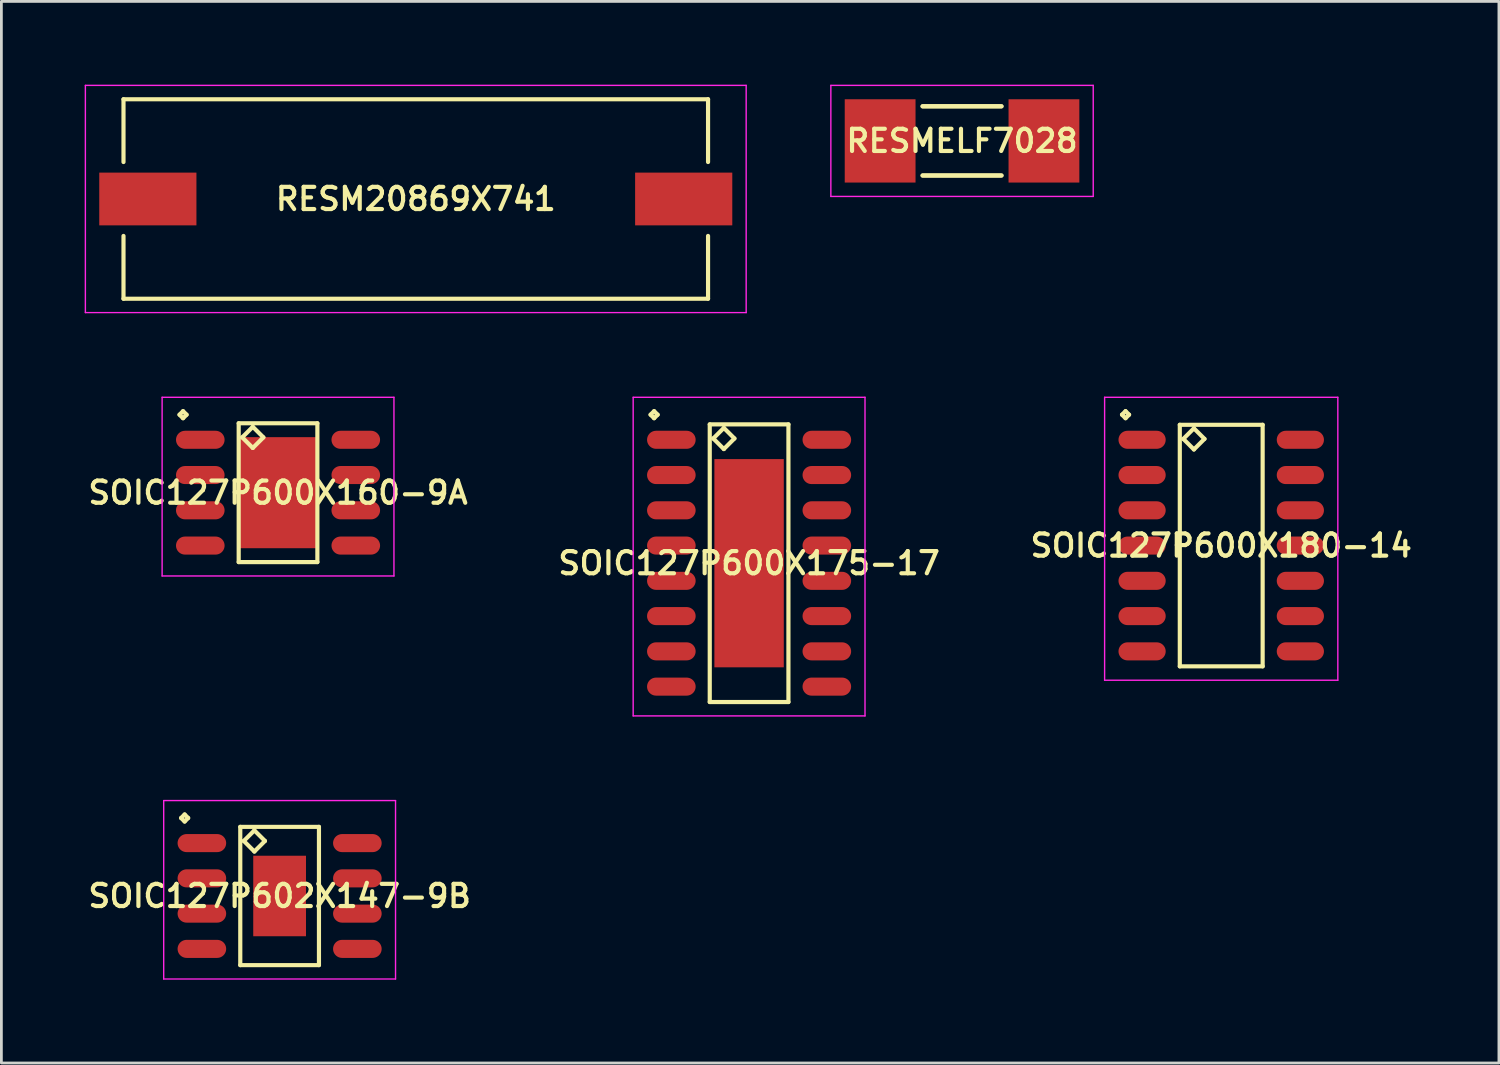
<source format=kicad_pcb>
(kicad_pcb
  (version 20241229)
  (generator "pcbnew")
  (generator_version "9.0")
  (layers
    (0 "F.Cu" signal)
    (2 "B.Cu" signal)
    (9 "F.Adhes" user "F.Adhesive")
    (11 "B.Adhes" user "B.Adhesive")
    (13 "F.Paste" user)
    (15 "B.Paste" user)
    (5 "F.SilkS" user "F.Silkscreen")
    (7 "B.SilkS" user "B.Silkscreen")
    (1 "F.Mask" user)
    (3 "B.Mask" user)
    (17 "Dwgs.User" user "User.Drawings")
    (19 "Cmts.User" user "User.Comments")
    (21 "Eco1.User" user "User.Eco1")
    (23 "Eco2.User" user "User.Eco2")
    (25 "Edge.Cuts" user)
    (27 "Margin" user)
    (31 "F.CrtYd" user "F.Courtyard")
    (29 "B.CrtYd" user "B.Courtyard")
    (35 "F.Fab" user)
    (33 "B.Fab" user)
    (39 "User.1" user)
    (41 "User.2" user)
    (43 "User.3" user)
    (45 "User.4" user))
  (footprint "RESMELF7028"
    (layer "F.Cu")
    (at 31.6 2.025)
    (property "Reference" "RESMELF7028" (at 0 0 0) (layer "F.SilkS") (effects (font (size 0.8 0.8) (thickness 0.15))))
    (attr smd)
    (fp_line (start -1.421 -1.246) (end 1.421 -1.246) (stroke (width 0.15) (type solid)) (layer "F.SilkS"))
    (fp_line (start -1.421 1.246) (end 1.421 1.246) (stroke (width 0.15) (type solid)) (layer "F.SilkS"))
    (fp_line (start 1.421 -1.246) (end -1.421 -1.246) (stroke (width 0.15) (type solid)) (layer "F.SilkS"))
    (fp_line (start 1.421 1.246) (end -1.421 1.246) (stroke (width 0.15) (type solid)) (layer "F.SilkS"))
    (fp_line (start -4.725 -2) (end 4.725 -2) (stroke (width 0.05) (type solid)) (layer "F.CrtYd"))
    (fp_line (start -4.725 2) (end -4.725 -2) (stroke (width 0.05) (type solid)) (layer "F.CrtYd"))
    (fp_line (start 4.725 -2) (end 4.725 2) (stroke (width 0.05) (type solid)) (layer "F.CrtYd"))
    (fp_line (start 4.725 2) (end -4.725 2) (stroke (width 0.05) (type solid)) (layer "F.CrtYd"))
    (pad "1" smd rect (at -2.95 0) (size 2.55 3) (layers "F.Cu" "F.Mask" "F.Paste"))
    (pad "2" smd rect (at 2.95 0) (size 2.55 3) (layers "F.Cu" "F.Mask" "F.Paste")))
  (footprint "SOIC127P600X180-14"
    (layer "F.Cu")
    (at 40.935 16.6)
    (property "Reference" "SOIC127P600X180-14" (at 0 0 0) (layer "F.SilkS") (effects (font (size 0.8 0.8) (thickness 0.15))))
    (attr smd)
    (fp_line (start -3.573 -4.714) (end -3.446 -4.841) (stroke (width 0.15) (type solid)) (layer "F.SilkS"))
    (fp_line (start -3.446 -4.841) (end -3.319 -4.714) (stroke (width 0.15) (type solid)) (layer "F.SilkS"))
    (fp_line (start -3.446 -4.587) (end -3.573 -4.714) (stroke (width 0.15) (type solid)) (layer "F.SilkS"))
    (fp_line (start -3.319 -4.714) (end -3.446 -4.587) (stroke (width 0.15) (type solid)) (layer "F.SilkS"))
    (fp_line (start -1.492 -4.35) (end -1.492 4.35) (stroke (width 0.15) (type solid)) (layer "F.SilkS"))
    (fp_line (start -1.492 4.35) (end 1.492 4.35) (stroke (width 0.15) (type solid)) (layer "F.SilkS"))
    (fp_line (start -1.365 -3.842) (end -0.984 -4.223) (stroke (width 0.15) (type solid)) (layer "F.SilkS"))
    (fp_line (start -0.984 -4.223) (end -0.603 -3.842) (stroke (width 0.15) (type solid)) (layer "F.SilkS"))
    (fp_line (start -0.984 -3.461) (end -1.365 -3.842) (stroke (width 0.15) (type solid)) (layer "F.SilkS"))
    (fp_line (start -0.603 -3.842) (end -0.984 -3.461) (stroke (width 0.15) (type solid)) (layer "F.SilkS"))
    (fp_line (start 1.492 -4.35) (end -1.492 -4.35) (stroke (width 0.15) (type solid)) (layer "F.SilkS"))
    (fp_line (start 1.492 4.35) (end 1.492 -4.35) (stroke (width 0.15) (type solid)) (layer "F.SilkS"))
    (fp_line (start -4.2 -5.341) (end 4.2 -5.341) (stroke (width 0.05) (type solid)) (layer "F.CrtYd"))
    (fp_line (start -4.2 4.85) (end -4.2 -5.341) (stroke (width 0.05) (type solid)) (layer "F.CrtYd"))
    (fp_line (start 4.2 -5.341) (end 4.2 4.85) (stroke (width 0.05) (type solid)) (layer "F.CrtYd"))
    (fp_line (start 4.2 4.85) (end -4.2 4.85) (stroke (width 0.05) (type solid)) (layer "F.CrtYd"))
    (pad "1" smd oval (at -2.85 -3.81) (size 1.7 0.65) (layers "F.Cu" "F.Mask" "F.Paste"))
    (pad "2" smd oval (at -2.85 -2.54) (size 1.7 0.65) (layers "F.Cu" "F.Mask" "F.Paste"))
    (pad "3" smd oval (at -2.85 -1.27) (size 1.7 0.65) (layers "F.Cu" "F.Mask" "F.Paste"))
    (pad "4" smd oval (at -2.85 0) (size 1.7 0.65) (layers "F.Cu" "F.Mask" "F.Paste"))
    (pad "5" smd oval (at -2.85 1.27) (size 1.7 0.65) (layers "F.Cu" "F.Mask" "F.Paste"))
    (pad "6" smd oval (at -2.85 2.54) (size 1.7 0.65) (layers "F.Cu" "F.Mask" "F.Paste"))
    (pad "7" smd oval (at -2.85 3.81) (size 1.7 0.65) (layers "F.Cu" "F.Mask" "F.Paste"))
    (pad "8" smd oval (at 2.85 3.81) (size 1.7 0.65) (layers "F.Cu" "F.Mask" "F.Paste"))
    (pad "9" smd oval (at 2.85 2.54) (size 1.7 0.65) (layers "F.Cu" "F.Mask" "F.Paste"))
    (pad "10" smd oval (at 2.85 1.27) (size 1.7 0.65) (layers "F.Cu" "F.Mask" "F.Paste"))
    (pad "11" smd oval (at 2.85 0) (size 1.7 0.65) (layers "F.Cu" "F.Mask" "F.Paste"))
    (pad "12" smd oval (at 2.85 -1.27) (size 1.7 0.65) (layers "F.Cu" "F.Mask" "F.Paste"))
    (pad "13" smd oval (at 2.85 -2.54) (size 1.7 0.65) (layers "F.Cu" "F.Mask" "F.Paste"))
    (pad "14" smd oval (at 2.85 -3.81) (size 1.7 0.65) (layers "F.Cu" "F.Mask" "F.Paste")))
  (footprint "SOIC127P600X175-17"
    (layer "F.Cu")
    (at 23.93 17.235)
    (property "Reference" "SOIC127P600X175-17" (at 0 0 0) (layer "F.SilkS") (effects (font (size 0.8 0.8) (thickness 0.15))))
    (attr smd)
    (fp_line (start -3.548 -5.349) (end -3.421 -5.476) (stroke (width 0.15) (type solid)) (layer "F.SilkS"))
    (fp_line (start -3.421 -5.476) (end -3.294 -5.349) (stroke (width 0.15) (type solid)) (layer "F.SilkS"))
    (fp_line (start -3.421 -5.222) (end -3.548 -5.349) (stroke (width 0.15) (type solid)) (layer "F.SilkS"))
    (fp_line (start -3.294 -5.349) (end -3.421 -5.222) (stroke (width 0.15) (type solid)) (layer "F.SilkS"))
    (fp_line (start -1.417 -5) (end -1.417 5) (stroke (width 0.15) (type solid)) (layer "F.SilkS"))
    (fp_line (start -1.417 5) (end 1.417 5) (stroke (width 0.15) (type solid)) (layer "F.SilkS"))
    (fp_line (start -1.29 -4.492) (end -0.909 -4.873) (stroke (width 0.15) (type solid)) (layer "F.SilkS"))
    (fp_line (start -0.909 -4.873) (end -0.528 -4.492) (stroke (width 0.15) (type solid)) (layer "F.SilkS"))
    (fp_line (start -0.909 -4.111) (end -1.29 -4.492) (stroke (width 0.15) (type solid)) (layer "F.SilkS"))
    (fp_line (start -0.528 -4.492) (end -0.909 -4.111) (stroke (width 0.15) (type solid)) (layer "F.SilkS"))
    (fp_line (start 1.417 -5) (end -1.417 -5) (stroke (width 0.15) (type solid)) (layer "F.SilkS"))
    (fp_line (start 1.417 5) (end 1.417 -5) (stroke (width 0.15) (type solid)) (layer "F.SilkS"))
    (fp_line (start -4.175 -5.976) (end 4.175 -5.976) (stroke (width 0.05) (type solid)) (layer "F.CrtYd"))
    (fp_line (start -4.175 5.5) (end -4.175 -5.976) (stroke (width 0.05) (type solid)) (layer "F.CrtYd"))
    (fp_line (start 4.175 -5.976) (end 4.175 5.5) (stroke (width 0.05) (type solid)) (layer "F.CrtYd"))
    (fp_line (start 4.175 5.5) (end -4.175 5.5) (stroke (width 0.05) (type solid)) (layer "F.CrtYd"))
    (pad "1" smd oval (at -2.8 -4.445) (size 1.75 0.65) (layers "F.Cu" "F.Mask" "F.Paste"))
    (pad "2" smd oval (at -2.8 -3.175) (size 1.75 0.65) (layers "F.Cu" "F.Mask" "F.Paste"))
    (pad "3" smd oval (at -2.8 -1.905) (size 1.75 0.65) (layers "F.Cu" "F.Mask" "F.Paste"))
    (pad "4" smd oval (at -2.8 -0.635) (size 1.75 0.65) (layers "F.Cu" "F.Mask" "F.Paste"))
    (pad "5" smd oval (at -2.8 0.635) (size 1.75 0.65) (layers "F.Cu" "F.Mask" "F.Paste"))
    (pad "6" smd oval (at -2.8 1.905) (size 1.75 0.65) (layers "F.Cu" "F.Mask" "F.Paste"))
    (pad "7" smd oval (at -2.8 3.175) (size 1.75 0.65) (layers "F.Cu" "F.Mask" "F.Paste"))
    (pad "8" smd oval (at -2.8 4.445) (size 1.75 0.65) (layers "F.Cu" "F.Mask" "F.Paste"))
    (pad "9" smd oval (at 2.8 4.445) (size 1.75 0.65) (layers "F.Cu" "F.Mask" "F.Paste"))
    (pad "10" smd oval (at 2.8 3.175) (size 1.75 0.65) (layers "F.Cu" "F.Mask" "F.Paste"))
    (pad "11" smd oval (at 2.8 1.905) (size 1.75 0.65) (layers "F.Cu" "F.Mask" "F.Paste"))
    (pad "12" smd oval (at 2.8 0.635) (size 1.75 0.65) (layers "F.Cu" "F.Mask" "F.Paste"))
    (pad "13" smd oval (at 2.8 -0.635) (size 1.75 0.65) (layers "F.Cu" "F.Mask" "F.Paste"))
    (pad "14" smd oval (at 2.8 -1.905) (size 1.75 0.65) (layers "F.Cu" "F.Mask" "F.Paste"))
    (pad "15" smd oval (at 2.8 -3.175) (size 1.75 0.65) (layers "F.Cu" "F.Mask" "F.Paste"))
    (pad "16" smd oval (at 2.8 -4.445) (size 1.75 0.65) (layers "F.Cu" "F.Mask" "F.Paste"))
    (pad "17" smd rect (at 0 0) (size 2.5 7.5) (layers "F.Cu" "F.Mask" "F.Paste")))
  (footprint "SOIC127P600X160-9A"
    (layer "F.Cu")
    (at 6.964 14.695)
    (property "Reference" "SOIC127P600X160-9A" (at 0 0 0) (layer "F.SilkS") (effects (font (size 0.8 0.8) (thickness 0.15))))
    (attr smd)
    (fp_line (start -3.548 -2.809) (end -3.421 -2.936) (stroke (width 0.15) (type solid)) (layer "F.SilkS"))
    (fp_line (start -3.421 -2.936) (end -3.294 -2.809) (stroke (width 0.15) (type solid)) (layer "F.SilkS"))
    (fp_line (start -3.421 -2.682) (end -3.548 -2.809) (stroke (width 0.15) (type solid)) (layer "F.SilkS"))
    (fp_line (start -3.294 -2.809) (end -3.421 -2.682) (stroke (width 0.15) (type solid)) (layer "F.SilkS"))
    (fp_line (start -1.417 -2.5) (end -1.417 2.5) (stroke (width 0.15) (type solid)) (layer "F.SilkS"))
    (fp_line (start -1.417 2.5) (end 1.417 2.5) (stroke (width 0.15) (type solid)) (layer "F.SilkS"))
    (fp_line (start -1.29 -1.992) (end -0.909 -2.373) (stroke (width 0.15) (type solid)) (layer "F.SilkS"))
    (fp_line (start -0.909 -2.373) (end -0.528 -1.992) (stroke (width 0.15) (type solid)) (layer "F.SilkS"))
    (fp_line (start -0.909 -1.611) (end -1.29 -1.992) (stroke (width 0.15) (type solid)) (layer "F.SilkS"))
    (fp_line (start -0.528 -1.992) (end -0.909 -1.611) (stroke (width 0.15) (type solid)) (layer "F.SilkS"))
    (fp_line (start 1.417 -2.5) (end -1.417 -2.5) (stroke (width 0.15) (type solid)) (layer "F.SilkS"))
    (fp_line (start 1.417 2.5) (end 1.417 -2.5) (stroke (width 0.15) (type solid)) (layer "F.SilkS"))
    (fp_line (start -4.175 -3.436) (end 4.175 -3.436) (stroke (width 0.05) (type solid)) (layer "F.CrtYd"))
    (fp_line (start -4.175 3) (end -4.175 -3.436) (stroke (width 0.05) (type solid)) (layer "F.CrtYd"))
    (fp_line (start 4.175 -3.436) (end 4.175 3) (stroke (width 0.05) (type solid)) (layer "F.CrtYd"))
    (fp_line (start 4.175 3) (end -4.175 3) (stroke (width 0.05) (type solid)) (layer "F.CrtYd"))
    (pad "1" smd oval (at -2.8 -1.905) (size 1.75 0.65) (layers "F.Cu" "F.Mask" "F.Paste"))
    (pad "2" smd oval (at -2.8 -0.635) (size 1.75 0.65) (layers "F.Cu" "F.Mask" "F.Paste"))
    (pad "3" smd oval (at -2.8 0.635) (size 1.75 0.65) (layers "F.Cu" "F.Mask" "F.Paste"))
    (pad "4" smd oval (at -2.8 1.905) (size 1.75 0.65) (layers "F.Cu" "F.Mask" "F.Paste"))
    (pad "5" smd oval (at 2.8 1.905) (size 1.75 0.65) (layers "F.Cu" "F.Mask" "F.Paste"))
    (pad "6" smd oval (at 2.8 0.635) (size 1.75 0.65) (layers "F.Cu" "F.Mask" "F.Paste"))
    (pad "7" smd oval (at 2.8 -0.635) (size 1.75 0.65) (layers "F.Cu" "F.Mask" "F.Paste"))
    (pad "8" smd oval (at 2.8 -1.905) (size 1.75 0.65) (layers "F.Cu" "F.Mask" "F.Paste"))
    (pad "9" smd rect (at 0 0) (size 2.8 4) (layers "F.Cu" "F.Mask" "F.Paste")))
  (footprint "RESM20869X741"
    (layer "F.Cu")
    (at 11.925 4.117)
    (property "Reference" "RESM20869X741" (at 0 0 0) (layer "F.SilkS") (effects (font (size 0.8 0.8) (thickness 0.15))))
    (attr smd)
    (fp_line (start -10.527 -3.592) (end 10.527 -3.592) (stroke (width 0.15) (type solid)) (layer "F.SilkS"))
    (fp_line (start -10.527 -1.331) (end -10.527 -3.592) (stroke (width 0.15) (type solid)) (layer "F.SilkS"))
    (fp_line (start -10.527 1.331) (end -10.527 3.592) (stroke (width 0.15) (type solid)) (layer "F.SilkS"))
    (fp_line (start -10.527 3.592) (end 10.527 3.592) (stroke (width 0.15) (type solid)) (layer "F.SilkS"))
    (fp_line (start 10.527 -3.592) (end 10.527 -1.331) (stroke (width 0.15) (type solid)) (layer "F.SilkS"))
    (fp_line (start 10.527 3.592) (end 10.527 1.331) (stroke (width 0.15) (type solid)) (layer "F.SilkS"))
    (fp_line (start -11.9 -4.092) (end 11.9 -4.092) (stroke (width 0.05) (type solid)) (layer "F.CrtYd"))
    (fp_line (start -11.9 4.092) (end -11.9 -4.092) (stroke (width 0.05) (type solid)) (layer "F.CrtYd"))
    (fp_line (start 11.9 -4.092) (end 11.9 4.092) (stroke (width 0.05) (type solid)) (layer "F.CrtYd"))
    (fp_line (start 11.9 4.092) (end -11.9 4.092) (stroke (width 0.05) (type solid)) (layer "F.CrtYd"))
    (pad "1" smd rect (at -9.65 0) (size 3.5 1.9) (layers "F.Cu" "F.Mask" "F.Paste"))
    (pad "2" smd rect (at 9.65 0) (size 3.5 1.9) (layers "F.Cu" "F.Mask" "F.Paste")))
  (footprint "SOIC127P602X147-9B"
    (layer "F.Cu")
    (at 7.021 29.221)
    (property "Reference" "SOIC127P602X147-9B" (at 0 0 0) (layer "F.SilkS") (effects (font (size 0.8 0.8) (thickness 0.15))))
    (attr smd)
    (fp_line (start -3.548 -2.809) (end -3.421 -2.936) (stroke (width 0.15) (type solid)) (layer "F.SilkS"))
    (fp_line (start -3.421 -2.936) (end -3.294 -2.809) (stroke (width 0.15) (type solid)) (layer "F.SilkS"))
    (fp_line (start -3.421 -2.682) (end -3.548 -2.809) (stroke (width 0.15) (type solid)) (layer "F.SilkS"))
    (fp_line (start -3.294 -2.809) (end -3.421 -2.682) (stroke (width 0.15) (type solid)) (layer "F.SilkS"))
    (fp_line (start -1.417 -2.49) (end -1.417 2.49) (stroke (width 0.15) (type solid)) (layer "F.SilkS"))
    (fp_line (start -1.417 2.49) (end 1.417 2.49) (stroke (width 0.15) (type solid)) (layer "F.SilkS"))
    (fp_line (start -1.29 -1.982) (end -0.909 -2.363) (stroke (width 0.15) (type solid)) (layer "F.SilkS"))
    (fp_line (start -0.909 -2.363) (end -0.528 -1.982) (stroke (width 0.15) (type solid)) (layer "F.SilkS"))
    (fp_line (start -0.909 -1.601) (end -1.29 -1.982) (stroke (width 0.15) (type solid)) (layer "F.SilkS"))
    (fp_line (start -0.528 -1.982) (end -0.909 -1.601) (stroke (width 0.15) (type solid)) (layer "F.SilkS"))
    (fp_line (start 1.417 -2.49) (end -1.417 -2.49) (stroke (width 0.15) (type solid)) (layer "F.SilkS"))
    (fp_line (start 1.417 2.49) (end 1.417 -2.49) (stroke (width 0.15) (type solid)) (layer "F.SilkS"))
    (fp_line (start -4.175 -3.436) (end 4.175 -3.436) (stroke (width 0.05) (type solid)) (layer "F.CrtYd"))
    (fp_line (start -4.175 2.99) (end -4.175 -3.436) (stroke (width 0.05) (type solid)) (layer "F.CrtYd"))
    (fp_line (start 4.175 -3.436) (end 4.175 2.99) (stroke (width 0.05) (type solid)) (layer "F.CrtYd"))
    (fp_line (start 4.175 2.99) (end -4.175 2.99) (stroke (width 0.05) (type solid)) (layer "F.CrtYd"))
    (pad "1" smd oval (at -2.8 -1.905) (size 1.75 0.65) (layers "F.Cu" "F.Mask" "F.Paste"))
    (pad "2" smd oval (at -2.8 -0.635) (size 1.75 0.65) (layers "F.Cu" "F.Mask" "F.Paste"))
    (pad "3" smd oval (at -2.8 0.635) (size 1.75 0.65) (layers "F.Cu" "F.Mask" "F.Paste"))
    (pad "4" smd oval (at -2.8 1.905) (size 1.75 0.65) (layers "F.Cu" "F.Mask" "F.Paste"))
    (pad "5" smd oval (at 2.8 1.905) (size 1.75 0.65) (layers "F.Cu" "F.Mask" "F.Paste"))
    (pad "6" smd oval (at 2.8 0.635) (size 1.75 0.65) (layers "F.Cu" "F.Mask" "F.Paste"))
    (pad "7" smd oval (at 2.8 -0.635) (size 1.75 0.65) (layers "F.Cu" "F.Mask" "F.Paste"))
    (pad "8" smd oval (at 2.8 -1.905) (size 1.75 0.65) (layers "F.Cu" "F.Mask" "F.Paste"))
    (pad "9" smd rect (at 0 0) (size 1.9 2.9) (layers "F.Cu" "F.Mask" "F.Paste")))
  (gr_rect
    (start -3 -3)
    (end 50.937 35.236)
    (stroke (width 0.1) (type default))
    (fill no)
    (layer "Edge.Cuts")))
</source>
